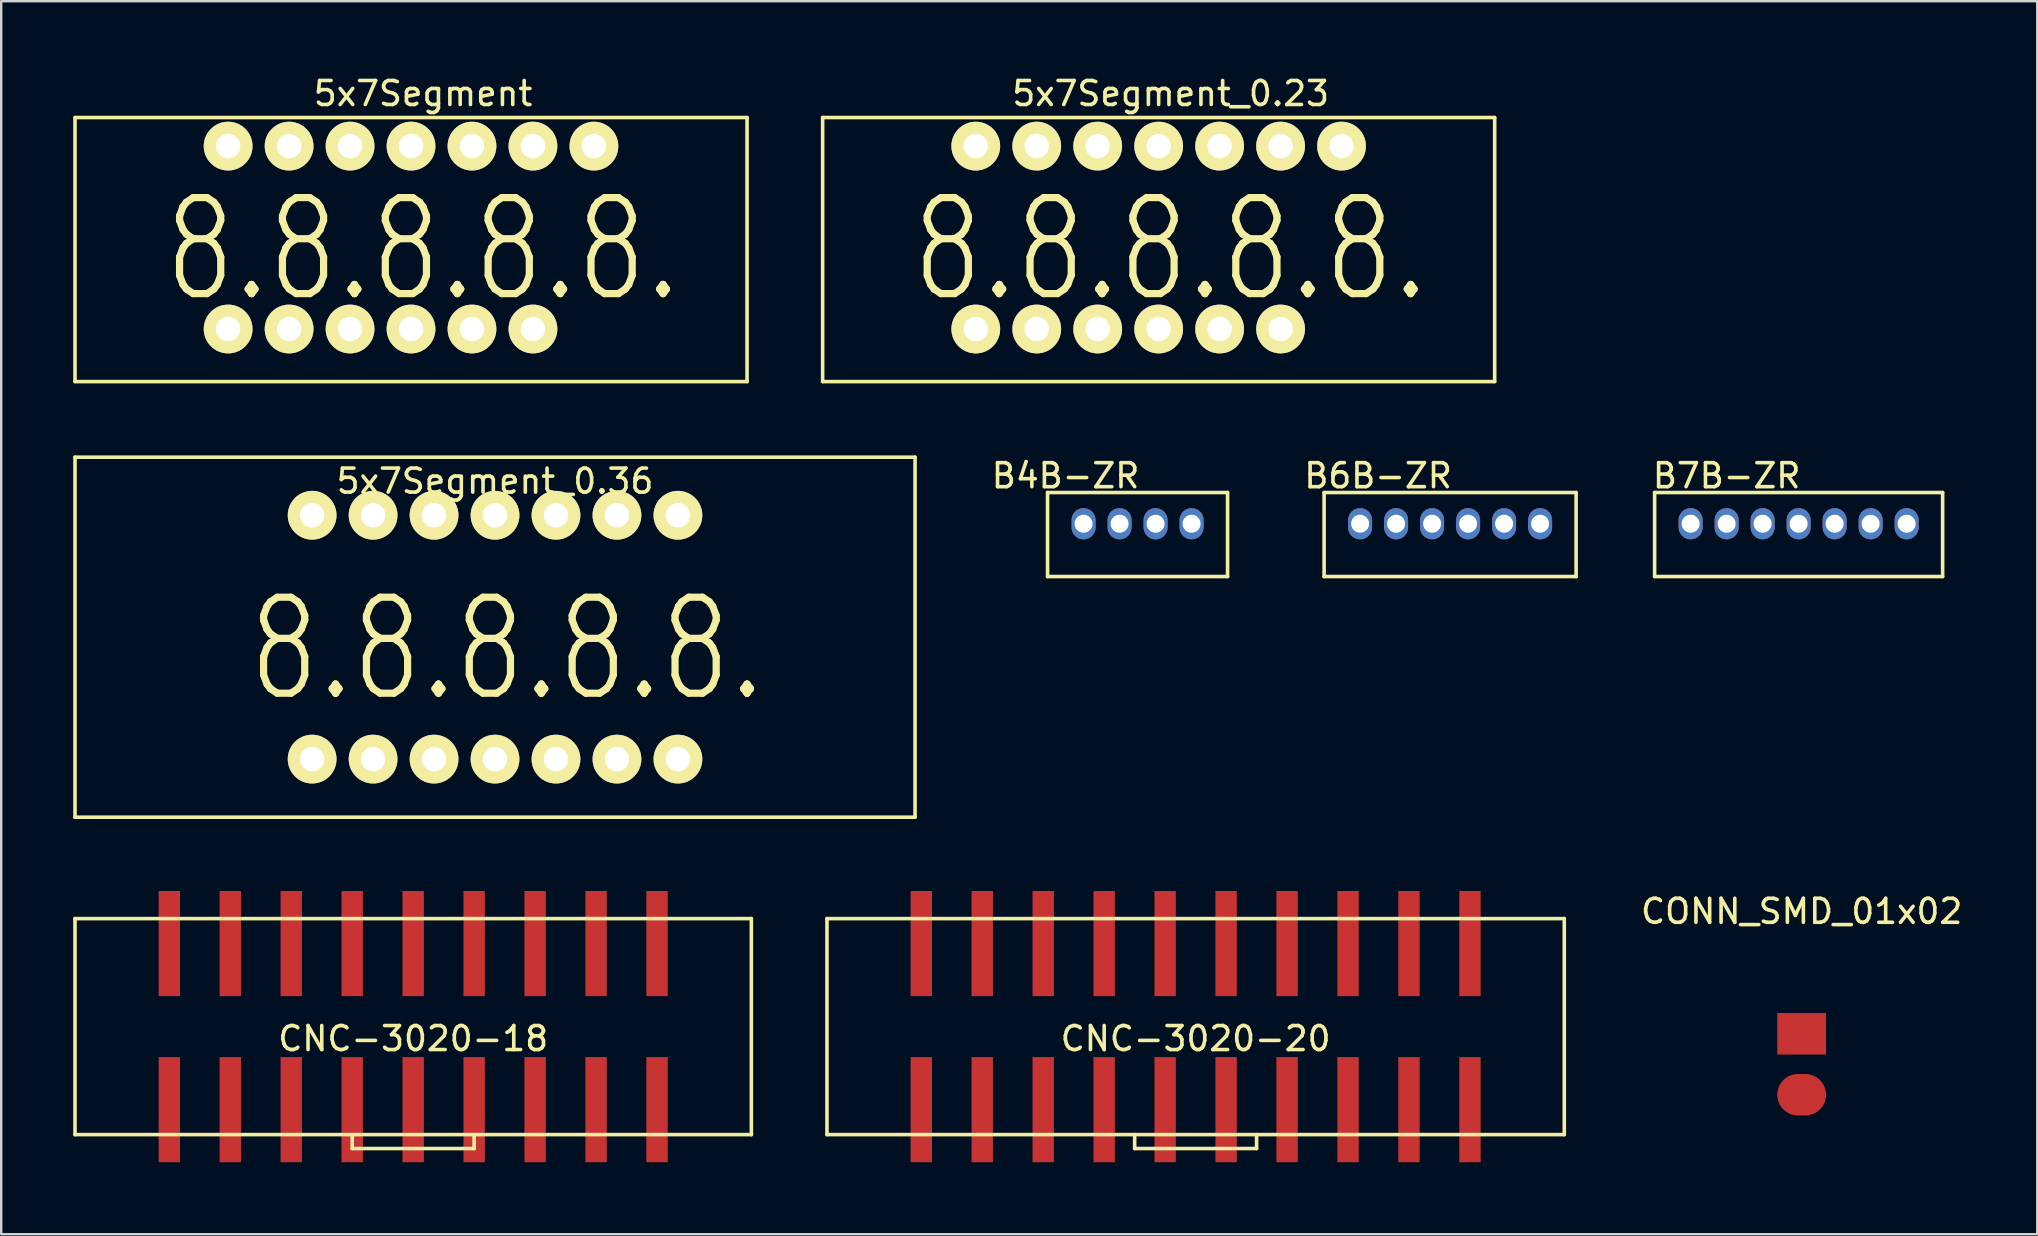
<source format=kicad_pcb>
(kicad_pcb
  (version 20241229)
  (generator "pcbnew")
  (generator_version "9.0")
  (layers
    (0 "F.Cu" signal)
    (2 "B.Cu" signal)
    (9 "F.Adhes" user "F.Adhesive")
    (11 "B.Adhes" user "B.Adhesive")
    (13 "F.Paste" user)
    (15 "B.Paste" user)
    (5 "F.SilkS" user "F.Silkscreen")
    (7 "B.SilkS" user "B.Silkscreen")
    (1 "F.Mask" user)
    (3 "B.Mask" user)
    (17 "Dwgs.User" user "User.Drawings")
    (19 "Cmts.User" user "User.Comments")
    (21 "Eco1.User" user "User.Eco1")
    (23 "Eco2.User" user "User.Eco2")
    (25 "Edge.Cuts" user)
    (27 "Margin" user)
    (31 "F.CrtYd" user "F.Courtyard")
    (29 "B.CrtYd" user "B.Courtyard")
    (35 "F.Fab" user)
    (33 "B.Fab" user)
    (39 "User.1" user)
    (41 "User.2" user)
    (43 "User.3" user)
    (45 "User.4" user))
  (footprint "CONN_SMD_01x02"
    (layer "F.Cu")
    (at 72.015 40.022)
    (property "Reference" "CONN_SMD_01x02" (at 0 -5.1 0) (layer "F.SilkS") (effects (font (size 1 1) (thickness 0.15))))
    (attr through_hole)
    (pad "1" smd rect (at 0 0) (size 2.032 1.727) (layers "F.Cu" "F.Mask" "F.Paste"))
    (pad "2" smd oval (at 0 2.54) (size 2.032 1.727) (layers "F.Cu" "F.Mask" "F.Paste")))
  (footprint "CNC-3020-20"
    (layer "F.Cu")
    (at 46.765 39.723)
    (property "Reference" "CNC-3020-20" (at 0 0.5 0) (layer "F.SilkS") (effects (font (size 1 1) (thickness 0.15))))
    (attr through_hole)
    (fp_line (start -15.36 -4.5) (end -15.36 4.5) (stroke (width 0.15) (type solid)) (layer "F.SilkS"))
    (fp_line (start -15.36 4.5) (end 15.36 4.5) (stroke (width 0.15) (type solid)) (layer "F.SilkS"))
    (fp_line (start -2.54 4.5) (end -2.54 5.08) (stroke (width 0.15) (type solid)) (layer "F.SilkS"))
    (fp_line (start -2.54 5.08) (end 2.54 5.08) (stroke (width 0.15) (type solid)) (layer "F.SilkS"))
    (fp_line (start 2.54 5.08) (end 2.54 4.5) (stroke (width 0.15) (type solid)) (layer "F.SilkS"))
    (fp_line (start 15.36 -4.5) (end -15.36 -4.5) (stroke (width 0.15) (type solid)) (layer "F.SilkS"))
    (fp_line (start 15.36 4.5) (end 15.36 -4.5) (stroke (width 0.15) (type solid)) (layer "F.SilkS"))
    (pad "1" smd rect (at -11.43 3.46) (size 0.89 4.38) (layers "F.Cu" "F.Mask" "F.Paste"))
    (pad "2" smd rect (at -11.43 -3.46) (size 0.89 4.38) (layers "F.Cu" "F.Mask" "F.Paste"))
    (pad "3" smd rect (at -8.89 3.46) (size 0.89 4.38) (layers "F.Cu" "F.Mask" "F.Paste"))
    (pad "4" smd rect (at -8.89 -3.46) (size 0.89 4.38) (layers "F.Cu" "F.Mask" "F.Paste"))
    (pad "5" smd rect (at -6.35 3.46) (size 0.89 4.38) (layers "F.Cu" "F.Mask" "F.Paste"))
    (pad "6" smd rect (at -6.35 -3.46) (size 0.89 4.38) (layers "F.Cu" "F.Mask" "F.Paste"))
    (pad "7" smd rect (at -3.81 3.46) (size 0.89 4.38) (layers "F.Cu" "F.Mask" "F.Paste"))
    (pad "8" smd rect (at -3.81 -3.46) (size 0.89 4.38) (layers "F.Cu" "F.Mask" "F.Paste"))
    (pad "9" smd rect (at -1.27 3.46) (size 0.89 4.38) (layers "F.Cu" "F.Mask" "F.Paste"))
    (pad "10" smd rect (at -1.27 -3.46) (size 0.89 4.38) (layers "F.Cu" "F.Mask" "F.Paste"))
    (pad "11" smd rect (at 1.27 3.46) (size 0.89 4.38) (layers "F.Cu" "F.Mask" "F.Paste"))
    (pad "12" smd rect (at 1.27 -3.46) (size 0.89 4.38) (layers "F.Cu" "F.Mask" "F.Paste"))
    (pad "13" smd rect (at 3.81 3.46) (size 0.89 4.38) (layers "F.Cu" "F.Mask" "F.Paste"))
    (pad "14" smd rect (at 3.81 -3.46) (size 0.89 4.38) (layers "F.Cu" "F.Mask" "F.Paste"))
    (pad "15" smd rect (at 6.35 3.46) (size 0.89 4.38) (layers "F.Cu" "F.Mask" "F.Paste"))
    (pad "16" smd rect (at 6.35 -3.46) (size 0.89 4.38) (layers "F.Cu" "F.Mask" "F.Paste"))
    (pad "17" smd rect (at 8.89 3.46) (size 0.89 4.38) (layers "F.Cu" "F.Mask" "F.Paste"))
    (pad "18" smd rect (at 8.89 -3.46) (size 0.89 4.38) (layers "F.Cu" "F.Mask" "F.Paste"))
    (pad "19" smd rect (at 11.43 3.46) (size 0.89 4.38) (layers "F.Cu" "F.Mask" "F.Paste"))
    (pad "20" smd rect (at 11.43 -3.46) (size 0.89 4.38) (layers "F.Cu" "F.Mask" "F.Paste")))
  (footprint "B6B-ZR"
    (layer "F.Cu")
    (at 57.368 18.771)
    (property "Reference" "B6B-ZR" (at -3 -2 0) (layer "F.SilkS") (effects (font (size 1 1) (thickness 0.15))))
    (attr through_hole)
    (fp_line (start -5.25 -1.3) (end -5.25 2.2) (stroke (width 0.15) (type solid)) (layer "F.SilkS"))
    (fp_line (start -5.25 2.2) (end 5.25 2.2) (stroke (width 0.15) (type solid)) (layer "F.SilkS"))
    (fp_line (start 5.25 -1.3) (end -5.25 -1.3) (stroke (width 0.15) (type solid)) (layer "F.SilkS"))
    (fp_line (start 5.25 2.2) (end 5.25 -1.3) (stroke (width 0.15) (type solid)) (layer "F.SilkS"))
    (pad "1" thru_hole oval (at -3.75 0) (size 1 1.3) (drill 0.75) (layers "*.Cu" "*.Mask" "F.Paste"))
    (pad "2" thru_hole oval (at -2.25 0) (size 1 1.3) (drill 0.75) (layers "*.Cu" "*.Mask" "F.Paste"))
    (pad "3" thru_hole oval (at -0.75 0) (size 1 1.3) (drill 0.75) (layers "*.Cu" "*.Mask" "F.Paste"))
    (pad "4" thru_hole oval (at 0.75 0) (size 1 1.3) (drill 0.75) (layers "*.Cu" "*.Mask" "F.Paste"))
    (pad "5" thru_hole oval (at 2.25 0) (size 1 1.3) (drill 0.75) (layers "*.Cu" "*.Mask" "F.Paste"))
    (pad "6" thru_hole oval (at 3.75 0) (size 1 1.3) (drill 0.75) (layers "*.Cu" "*.Mask" "F.Paste")))
  (footprint "5x7Segment_0.23"
    (layer "F.Cu")
    (at 45.225 6.848)
    (property "Reference" "5x7Segment_0.23" (at 0.5 -6 0) (layer "F.SilkS") (effects (font (size 1 1) (thickness 0.15))))
    (attr through_hole)
    (fp_line (start -14 -5) (end -14 6) (stroke (width 0.15) (type solid)) (layer "F.SilkS"))
    (fp_line (start -14 6) (end 14 6) (stroke (width 0.15) (type solid)) (layer "F.SilkS"))
    (fp_line (start 14 -5) (end -14 -5) (stroke (width 0.15) (type solid)) (layer "F.SilkS"))
    (fp_line (start 14 6) (end 14 -5) (stroke (width 0.15) (type solid)) (layer "F.SilkS"))
    (fp_text user "8.8.8.8.8." (at 0.5 0.5 0) (layer "F.SilkS") (effects (font (size 4 3) (thickness 0.3))))
    (pad "1" thru_hole oval (at -7.62 -3.81) (size 2.032 2.032) (drill 1.016) (layers "*.Cu" "*.Mask" "F.SilkS"))
    (pad "2" thru_hole oval (at -5.08 -3.81) (size 2.032 2.032) (drill 1.016) (layers "*.Cu" "*.Mask" "F.SilkS"))
    (pad "3" thru_hole oval (at -2.54 -3.81) (size 2.032 2.032) (drill 1.016) (layers "*.Cu" "*.Mask" "F.SilkS"))
    (pad "4" thru_hole oval (at 0 -3.81) (size 2.032 2.032) (drill 1.016) (layers "*.Cu" "*.Mask" "F.SilkS"))
    (pad "5" thru_hole oval (at 2.54 -3.81) (size 2.032 2.032) (drill 1.016) (layers "*.Cu" "*.Mask" "F.SilkS"))
    (pad "6" thru_hole oval (at 5.08 -3.81) (size 2.032 2.032) (drill 1.016) (layers "*.Cu" "*.Mask" "F.SilkS"))
    (pad "7" thru_hole oval (at 7.62 -3.81) (size 2.032 2.032) (drill 1.016) (layers "*.Cu" "*.Mask" "F.SilkS"))
    (pad "8" thru_hole oval (at -7.62 3.81) (size 2.032 2.032) (drill 1.016) (layers "*.Cu" "*.Mask" "F.SilkS"))
    (pad "9" thru_hole oval (at -5.08 3.81) (size 2.032 2.032) (drill 1.016) (layers "*.Cu" "*.Mask" "F.SilkS"))
    (pad "10" thru_hole oval (at -2.54 3.81) (size 2.032 2.032) (drill 1.016) (layers "*.Cu" "*.Mask" "F.SilkS"))
    (pad "11" thru_hole oval (at 0 3.81) (size 2.032 2.032) (drill 1.016) (layers "*.Cu" "*.Mask" "F.SilkS"))
    (pad "12" thru_hole oval (at 2.54 3.81) (size 2.032 2.032) (drill 1.016) (layers "*.Cu" "*.Mask" "F.SilkS"))
    (pad "13" thru_hole oval (at 5.08 3.81) (size 2.032 2.032) (drill 1.016) (layers "*.Cu" "*.Mask" "F.SilkS")))
  (footprint "B7B-ZR"
    (layer "F.Cu")
    (at 71.889 18.771)
    (property "Reference" "B7B-ZR" (at -3 -2 0) (layer "F.SilkS") (effects (font (size 1 1) (thickness 0.15))))
    (attr through_hole)
    (fp_line (start -6 -1.3) (end -6 2.2) (stroke (width 0.15) (type solid)) (layer "F.SilkS"))
    (fp_line (start -6 2.2) (end 6 2.2) (stroke (width 0.15) (type solid)) (layer "F.SilkS"))
    (fp_line (start 6 -1.3) (end -6 -1.3) (stroke (width 0.15) (type solid)) (layer "F.SilkS"))
    (fp_line (start 6 2.2) (end 6 -1.3) (stroke (width 0.15) (type solid)) (layer "F.SilkS"))
    (pad "1" thru_hole oval (at -4.5 0) (size 1 1.3) (drill 0.75) (layers "*.Cu" "*.Mask" "F.Paste"))
    (pad "2" thru_hole oval (at -3 0) (size 1 1.3) (drill 0.75) (layers "*.Cu" "*.Mask" "F.Paste"))
    (pad "3" thru_hole oval (at -1.5 0) (size 1 1.3) (drill 0.75) (layers "*.Cu" "*.Mask" "F.Paste"))
    (pad "4" thru_hole oval (at 0 0) (size 1 1.3) (drill 0.75) (layers "*.Cu" "*.Mask" "F.Paste"))
    (pad "5" thru_hole oval (at 1.5 0) (size 1 1.3) (drill 0.75) (layers "*.Cu" "*.Mask" "F.Paste"))
    (pad "6" thru_hole oval (at 3 0) (size 1 1.3) (drill 0.75) (layers "*.Cu" "*.Mask" "F.Paste"))
    (pad "7" thru_hole oval (at 4.5 0) (size 1 1.3) (drill 0.75) (layers "*.Cu" "*.Mask" "F.Paste")))
  (footprint "B4B-ZR"
    (layer "F.Cu")
    (at 44.346 18.771)
    (property "Reference" "B4B-ZR" (at -3 -2 0) (layer "F.SilkS") (effects (font (size 1 1) (thickness 0.15))))
    (attr through_hole)
    (fp_line (start -3.75 -1.3) (end -3.75 2.2) (stroke (width 0.15) (type solid)) (layer "F.SilkS"))
    (fp_line (start -3.75 2.2) (end 3.75 2.2) (stroke (width 0.15) (type solid)) (layer "F.SilkS"))
    (fp_line (start 3.75 -1.3) (end -3.75 -1.3) (stroke (width 0.15) (type solid)) (layer "F.SilkS"))
    (fp_line (start 3.75 2.2) (end 3.75 -1.3) (stroke (width 0.15) (type solid)) (layer "F.SilkS"))
    (pad "1" thru_hole oval (at -2.25 0) (size 1 1.3) (drill 0.75) (layers "*.Cu" "*.Mask" "F.Paste"))
    (pad "2" thru_hole oval (at -0.75 0) (size 1 1.3) (drill 0.75) (layers "*.Cu" "*.Mask" "F.Paste"))
    (pad "3" thru_hole oval (at 0.75 0) (size 1 1.3) (drill 0.75) (layers "*.Cu" "*.Mask" "F.Paste"))
    (pad "4" thru_hole oval (at 2.25 0) (size 1 1.3) (drill 0.75) (layers "*.Cu" "*.Mask" "F.Paste")))
  (footprint "5x7Segment_0.36"
    (layer "F.Cu")
    (at 17.575 23.498)
    (property "Reference" "5x7Segment_0.36" (at 0 -6.5 0) (layer "F.SilkS") (effects (font (size 1 1) (thickness 0.15))))
    (attr through_hole)
    (fp_line (start -17.5 -7.5) (end -17.5 7.5) (stroke (width 0.15) (type solid)) (layer "F.SilkS"))
    (fp_line (start -17.5 7.5) (end 17.5 7.5) (stroke (width 0.15) (type solid)) (layer "F.SilkS"))
    (fp_line (start 17.5 -7.5) (end -17.5 -7.5) (stroke (width 0.15) (type solid)) (layer "F.SilkS"))
    (fp_line (start 17.5 7.5) (end 17.5 -7.5) (stroke (width 0.15) (type solid)) (layer "F.SilkS"))
    (fp_text user "8.8.8.8.8." (at 0.5 0.5 0) (layer "F.SilkS") (effects (font (size 4 3) (thickness 0.3))))
    (pad "1" thru_hole oval (at -7.62 -5.08) (size 2.032 2.032) (drill 1.016) (layers "*.Cu" "*.Mask" "F.SilkS"))
    (pad "2" thru_hole oval (at -5.08 -5.08) (size 2.032 2.032) (drill 1.016) (layers "*.Cu" "*.Mask" "F.SilkS"))
    (pad "3" thru_hole oval (at -2.54 -5.08) (size 2.032 2.032) (drill 1.016) (layers "*.Cu" "*.Mask" "F.SilkS"))
    (pad "4" thru_hole oval (at 0 -5.08) (size 2.032 2.032) (drill 1.016) (layers "*.Cu" "*.Mask" "F.SilkS"))
    (pad "5" thru_hole oval (at 2.54 -5.08) (size 2.032 2.032) (drill 1.016) (layers "*.Cu" "*.Mask" "F.SilkS"))
    (pad "6" thru_hole oval (at 5.08 -5.08) (size 2.032 2.032) (drill 1.016) (layers "*.Cu" "*.Mask" "F.SilkS"))
    (pad "7" thru_hole oval (at 7.62 -5.08) (size 2.032 2.032) (drill 1.016) (layers "*.Cu" "*.Mask" "F.SilkS"))
    (pad "8" thru_hole oval (at -7.62 5.08) (size 2.032 2.032) (drill 1.016) (layers "*.Cu" "*.Mask" "F.SilkS"))
    (pad "9" thru_hole oval (at -5.08 5.08) (size 2.032 2.032) (drill 1.016) (layers "*.Cu" "*.Mask" "F.SilkS"))
    (pad "10" thru_hole oval (at -2.54 5.08) (size 2.032 2.032) (drill 1.016) (layers "*.Cu" "*.Mask" "F.SilkS"))
    (pad "11" thru_hole oval (at 0 5.08) (size 2.032 2.032) (drill 1.016) (layers "*.Cu" "*.Mask" "F.SilkS"))
    (pad "12" thru_hole oval (at 2.54 5.08) (size 2.032 2.032) (drill 1.016) (layers "*.Cu" "*.Mask" "F.SilkS"))
    (pad "13" thru_hole oval (at 5.08 5.08) (size 2.032 2.032) (drill 1.016) (layers "*.Cu" "*.Mask" "F.SilkS"))
    (pad "14" thru_hole oval (at 7.62 5.08) (size 2.032 2.032) (drill 1.016) (layers "*.Cu" "*.Mask" "F.SilkS")))
  (footprint "5x7Segment"
    (layer "F.Cu")
    (at 14.075 6.848)
    (property "Reference" "5x7Segment" (at 0.5 -6 0) (layer "F.SilkS") (effects (font (size 1 1) (thickness 0.15))))
    (attr through_hole)
    (fp_line (start -14 -5) (end -14 6) (stroke (width 0.15) (type solid)) (layer "F.SilkS"))
    (fp_line (start -14 6) (end 14 6) (stroke (width 0.15) (type solid)) (layer "F.SilkS"))
    (fp_line (start 14 -5) (end -14 -5) (stroke (width 0.15) (type solid)) (layer "F.SilkS"))
    (fp_line (start 14 6) (end 14 -5) (stroke (width 0.15) (type solid)) (layer "F.SilkS"))
    (fp_text user "8.8.8.8.8." (at 0.5 0.5 0) (layer "F.SilkS") (effects (font (size 4 3) (thickness 0.3))))
    (pad "1" thru_hole oval (at -7.62 -3.81) (size 2.032 2.032) (drill 1.016) (layers "*.Cu" "*.Mask" "F.SilkS"))
    (pad "2" thru_hole oval (at -5.08 -3.81) (size 2.032 2.032) (drill 1.016) (layers "*.Cu" "*.Mask" "F.SilkS"))
    (pad "3" thru_hole oval (at -2.54 -3.81) (size 2.032 2.032) (drill 1.016) (layers "*.Cu" "*.Mask" "F.SilkS"))
    (pad "4" thru_hole oval (at 0 -3.81) (size 2.032 2.032) (drill 1.016) (layers "*.Cu" "*.Mask" "F.SilkS"))
    (pad "5" thru_hole oval (at 2.54 -3.81) (size 2.032 2.032) (drill 1.016) (layers "*.Cu" "*.Mask" "F.SilkS"))
    (pad "6" thru_hole oval (at 5.08 -3.81) (size 2.032 2.032) (drill 1.016) (layers "*.Cu" "*.Mask" "F.SilkS"))
    (pad "7" thru_hole oval (at 7.62 -3.81) (size 2.032 2.032) (drill 1.016) (layers "*.Cu" "*.Mask" "F.SilkS"))
    (pad "8" thru_hole oval (at -7.62 3.81) (size 2.032 2.032) (drill 1.016) (layers "*.Cu" "*.Mask" "F.SilkS"))
    (pad "9" thru_hole oval (at -5.08 3.81) (size 2.032 2.032) (drill 1.016) (layers "*.Cu" "*.Mask" "F.SilkS"))
    (pad "10" thru_hole oval (at -2.54 3.81) (size 2.032 2.032) (drill 1.016) (layers "*.Cu" "*.Mask" "F.SilkS"))
    (pad "11" thru_hole oval (at 0 3.81) (size 2.032 2.032) (drill 1.016) (layers "*.Cu" "*.Mask" "F.SilkS"))
    (pad "12" thru_hole oval (at 2.54 3.81) (size 2.032 2.032) (drill 1.016) (layers "*.Cu" "*.Mask" "F.SilkS"))
    (pad "13" thru_hole oval (at 5.08 3.81) (size 2.032 2.032) (drill 1.016) (layers "*.Cu" "*.Mask" "F.SilkS")))
  (footprint "CNC-3020-18"
    (layer "F.Cu")
    (at 14.165 39.723)
    (property "Reference" "CNC-3020-18" (at 0 0.5 0) (layer "F.SilkS") (effects (font (size 1 1) (thickness 0.15))))
    (attr through_hole)
    (fp_line (start -14.09 -4.5) (end -14.09 4.5) (stroke (width 0.15) (type solid)) (layer "F.SilkS"))
    (fp_line (start -14.09 4.5) (end 14.09 4.5) (stroke (width 0.15) (type solid)) (layer "F.SilkS"))
    (fp_line (start -2.54 4.5) (end -2.54 5.08) (stroke (width 0.15) (type solid)) (layer "F.SilkS"))
    (fp_line (start -2.54 5.08) (end 2.54 5.08) (stroke (width 0.15) (type solid)) (layer "F.SilkS"))
    (fp_line (start 2.54 5.08) (end 2.54 4.5) (stroke (width 0.15) (type solid)) (layer "F.SilkS"))
    (fp_line (start 14.09 -4.5) (end -14.09 -4.5) (stroke (width 0.15) (type solid)) (layer "F.SilkS"))
    (fp_line (start 14.09 4.5) (end 14.09 -4.5) (stroke (width 0.15) (type solid)) (layer "F.SilkS"))
    (pad "1" smd rect (at -10.16 3.46) (size 0.89 4.38) (layers "F.Cu" "F.Mask" "F.Paste"))
    (pad "2" smd rect (at -10.16 -3.46) (size 0.89 4.38) (layers "F.Cu" "F.Mask" "F.Paste"))
    (pad "3" smd rect (at -7.62 3.46) (size 0.89 4.38) (layers "F.Cu" "F.Mask" "F.Paste"))
    (pad "4" smd rect (at -7.62 -3.46) (size 0.89 4.38) (layers "F.Cu" "F.Mask" "F.Paste"))
    (pad "5" smd rect (at -5.08 3.46) (size 0.89 4.38) (layers "F.Cu" "F.Mask" "F.Paste"))
    (pad "6" smd rect (at -5.08 -3.46) (size 0.89 4.38) (layers "F.Cu" "F.Mask" "F.Paste"))
    (pad "7" smd rect (at -2.54 3.46) (size 0.89 4.38) (layers "F.Cu" "F.Mask" "F.Paste"))
    (pad "8" smd rect (at -2.54 -3.46) (size 0.89 4.38) (layers "F.Cu" "F.Mask" "F.Paste"))
    (pad "9" smd rect (at 0 3.46) (size 0.89 4.38) (layers "F.Cu" "F.Mask" "F.Paste"))
    (pad "10" smd rect (at 0 -3.46) (size 0.89 4.38) (layers "F.Cu" "F.Mask" "F.Paste"))
    (pad "11" smd rect (at 2.54 3.46) (size 0.89 4.38) (layers "F.Cu" "F.Mask" "F.Paste"))
    (pad "12" smd rect (at 2.54 -3.46) (size 0.89 4.38) (layers "F.Cu" "F.Mask" "F.Paste"))
    (pad "13" smd rect (at 5.08 3.46) (size 0.89 4.38) (layers "F.Cu" "F.Mask" "F.Paste"))
    (pad "14" smd rect (at 5.08 -3.46) (size 0.89 4.38) (layers "F.Cu" "F.Mask" "F.Paste"))
    (pad "15" smd rect (at 7.62 3.46) (size 0.89 4.38) (layers "F.Cu" "F.Mask" "F.Paste"))
    (pad "16" smd rect (at 7.62 -3.46) (size 0.89 4.38) (layers "F.Cu" "F.Mask" "F.Paste"))
    (pad "17" smd rect (at 10.16 3.46) (size 0.89 4.38) (layers "F.Cu" "F.Mask" "F.Paste"))
    (pad "18" smd rect (at 10.16 -3.46) (size 0.89 4.38) (layers "F.Cu" "F.Mask" "F.Paste")))
  (gr_rect
    (start -3 -3)
    (end 81.831 48.373)
    (stroke (width 0.1) (type default))
    (fill no)
    (layer "Edge.Cuts")))
</source>
